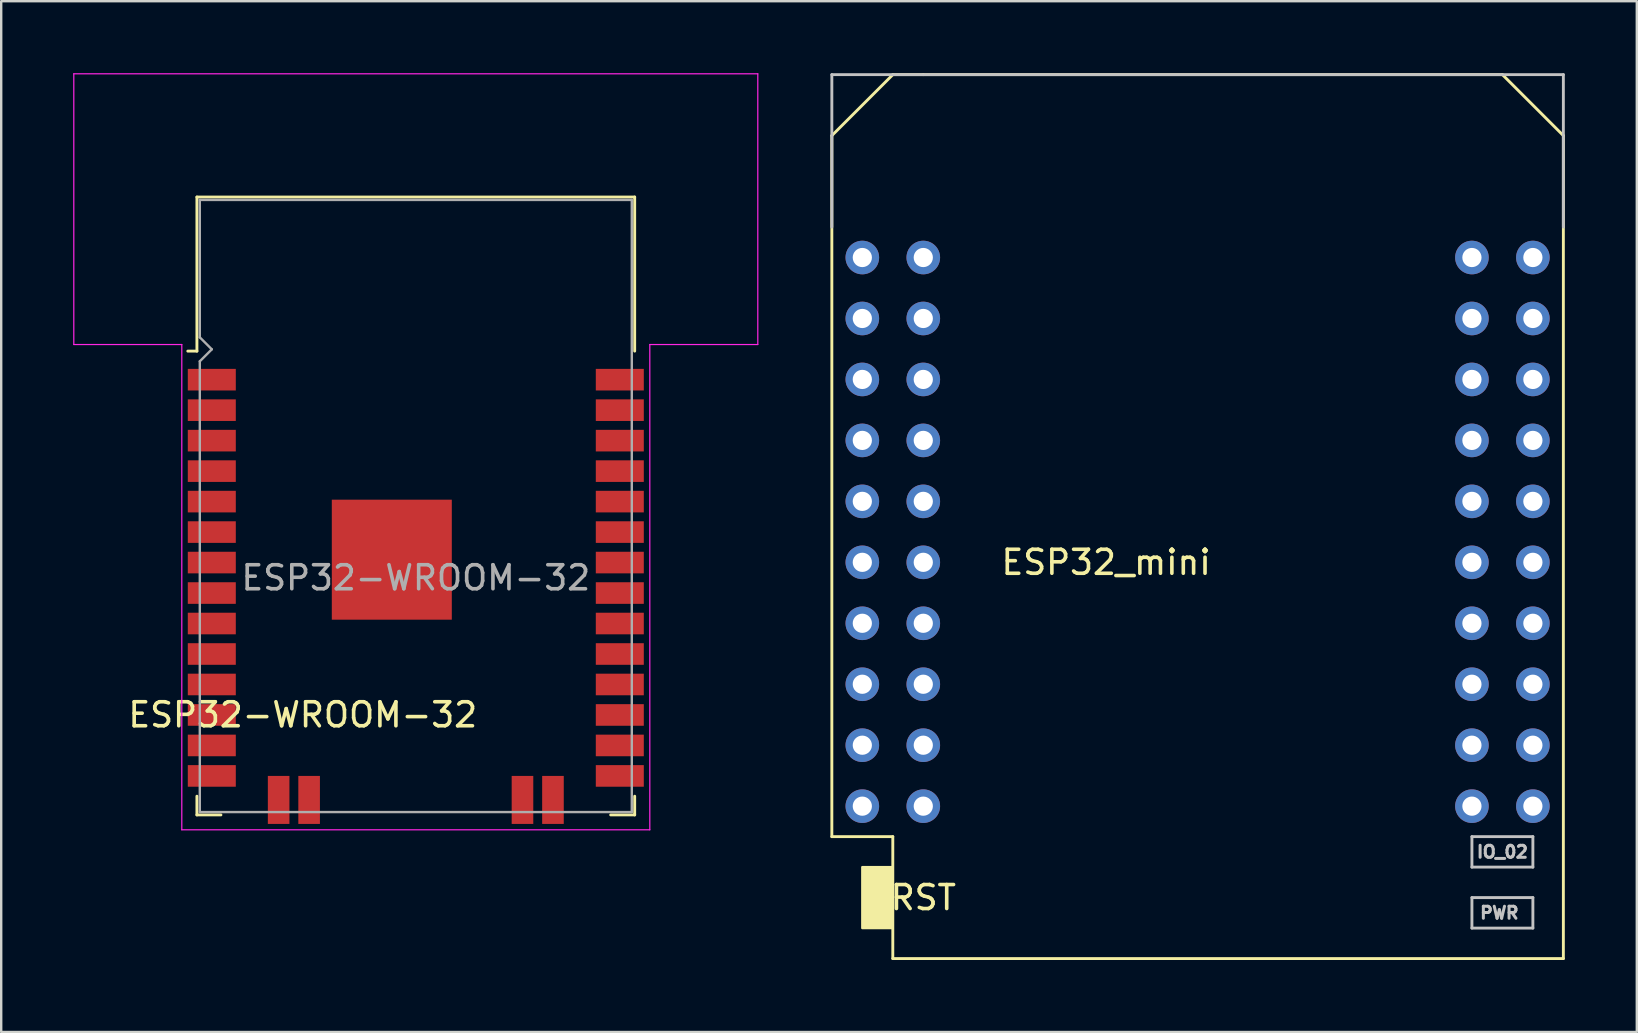
<source format=kicad_pcb>
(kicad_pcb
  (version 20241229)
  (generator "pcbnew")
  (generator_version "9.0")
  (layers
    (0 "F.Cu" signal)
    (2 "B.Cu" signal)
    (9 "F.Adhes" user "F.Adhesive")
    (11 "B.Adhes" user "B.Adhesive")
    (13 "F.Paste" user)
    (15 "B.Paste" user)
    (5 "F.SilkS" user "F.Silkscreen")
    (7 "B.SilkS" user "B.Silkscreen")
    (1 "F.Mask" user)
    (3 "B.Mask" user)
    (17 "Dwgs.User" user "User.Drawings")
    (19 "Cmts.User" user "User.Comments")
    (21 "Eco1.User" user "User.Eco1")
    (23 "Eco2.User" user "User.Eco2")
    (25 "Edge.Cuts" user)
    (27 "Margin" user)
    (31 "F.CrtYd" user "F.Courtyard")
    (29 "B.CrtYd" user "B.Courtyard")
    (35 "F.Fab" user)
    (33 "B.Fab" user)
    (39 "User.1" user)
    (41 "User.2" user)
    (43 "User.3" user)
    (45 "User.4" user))
  (footprint "ESP32-WROOM-32"
    (layer "F.Cu")
    (at 14.275 21.025)
    (property "Reference" "ESP32-WROOM-32" (at -4.71 5.71 180) (layer "F.SilkS") (effects (font (size 1 1) (thickness 0.15))))
    (attr smd)
    (fp_line (start -9.12 -15.865) (end -9.12 -9.445) (stroke (width 0.12) (type solid)) (layer "F.SilkS"))
    (fp_line (start -9.12 -15.865) (end 9.12 -15.865) (stroke (width 0.12) (type solid)) (layer "F.SilkS"))
    (fp_line (start -9.12 -9.445) (end -9.5 -9.445) (stroke (width 0.12) (type solid)) (layer "F.SilkS"))
    (fp_line (start -9.12 9.1) (end -9.12 9.88) (stroke (width 0.12) (type solid)) (layer "F.SilkS"))
    (fp_line (start -9.12 9.88) (end -8.12 9.88) (stroke (width 0.12) (type solid)) (layer "F.SilkS"))
    (fp_line (start 9.12 -15.865) (end 9.12 -9.445) (stroke (width 0.12) (type solid)) (layer "F.SilkS"))
    (fp_line (start 9.12 9.1) (end 9.12 9.88) (stroke (width 0.12) (type solid)) (layer "F.SilkS"))
    (fp_line (start 9.12 9.88) (end 8.12 9.88) (stroke (width 0.12) (type solid)) (layer "F.SilkS"))
    (fp_line (start -14.25 -21) (end -14.25 -9.72) (stroke (width 0.05) (type solid)) (layer "F.CrtYd"))
    (fp_line (start -14.25 -21) (end 14.25 -21) (stroke (width 0.05) (type solid)) (layer "F.CrtYd"))
    (fp_line (start -14.25 -9.72) (end -9.75 -9.72) (stroke (width 0.05) (type solid)) (layer "F.CrtYd"))
    (fp_line (start -9.75 10.5) (end -9.75 -9.72) (stroke (width 0.05) (type solid)) (layer "F.CrtYd"))
    (fp_line (start -9.75 10.5) (end 9.75 10.5) (stroke (width 0.05) (type solid)) (layer "F.CrtYd"))
    (fp_line (start 9.75 -9.72) (end 9.75 10.5) (stroke (width 0.05) (type solid)) (layer "F.CrtYd"))
    (fp_line (start 9.75 -9.72) (end 14.25 -9.72) (stroke (width 0.05) (type solid)) (layer "F.CrtYd"))
    (fp_line (start 14.25 -21) (end 14.25 -9.72) (stroke (width 0.05) (type solid)) (layer "F.CrtYd"))
    (fp_line (start -9 -15.745) (end -9 -10.02) (stroke (width 0.1) (type solid)) (layer "F.Fab"))
    (fp_line (start -9 -15.745) (end 9 -15.745) (stroke (width 0.1) (type solid)) (layer "F.Fab"))
    (fp_line (start -9 -9.02) (end -9 9.76) (stroke (width 0.1) (type solid)) (layer "F.Fab"))
    (fp_line (start -9 -9.02) (end -8.5 -9.52) (stroke (width 0.1) (type solid)) (layer "F.Fab"))
    (fp_line (start -9 9.76) (end 9 9.76) (stroke (width 0.1) (type solid)) (layer "F.Fab"))
    (fp_line (start -8.5 -9.52) (end -9 -10.02) (stroke (width 0.1) (type solid)) (layer "F.Fab"))
    (fp_line (start 9 9.76) (end 9 -15.745) (stroke (width 0.1) (type solid)) (layer "F.Fab"))
    (fp_text user "${REFERENCE}" (at 0 0 0) (layer "F.Fab") (effects (font (size 1 1) (thickness 0.15))))
    (pad "1" smd rect (at -8.5 -8.255) (size 2 0.9) (layers "F.Cu" "F.Mask" "F.Paste"))
    (pad "2" smd rect (at -8.5 -6.985) (size 2 0.9) (layers "F.Cu" "F.Mask" "F.Paste"))
    (pad "3" smd rect (at -8.5 -5.715) (size 2 0.9) (layers "F.Cu" "F.Mask" "F.Paste"))
    (pad "4" smd rect (at -8.5 -4.445) (size 2 0.9) (layers "F.Cu" "F.Mask" "F.Paste"))
    (pad "5" smd rect (at -8.5 -3.175) (size 2 0.9) (layers "F.Cu" "F.Mask" "F.Paste"))
    (pad "6" smd rect (at -8.5 -1.905) (size 2 0.9) (layers "F.Cu" "F.Mask" "F.Paste"))
    (pad "7" smd rect (at -8.5 -0.635) (size 2 0.9) (layers "F.Cu" "F.Mask" "F.Paste"))
    (pad "8" smd rect (at -8.5 0.635) (size 2 0.9) (layers "F.Cu" "F.Mask" "F.Paste"))
    (pad "9" smd rect (at -8.5 1.905) (size 2 0.9) (layers "F.Cu" "F.Mask" "F.Paste"))
    (pad "10" smd rect (at -8.5 3.175) (size 2 0.9) (layers "F.Cu" "F.Mask" "F.Paste"))
    (pad "11" smd rect (at -8.5 4.445) (size 2 0.9) (layers "F.Cu" "F.Mask" "F.Paste"))
    (pad "12" smd rect (at -8.5 5.715) (size 2 0.9) (layers "F.Cu" "F.Mask" "F.Paste"))
    (pad "13" smd rect (at -8.5 6.985) (size 2 0.9) (layers "F.Cu" "F.Mask" "F.Paste"))
    (pad "14" smd rect (at -8.5 8.255) (size 2 0.9) (layers "F.Cu" "F.Mask" "F.Paste"))
    (pad "15" smd rect (at -5.715 9.255 90) (size 2 0.9) (layers "F.Cu" "F.Mask" "F.Paste"))
    (pad "16" smd rect (at -4.445 9.255 90) (size 2 0.9) (layers "F.Cu" "F.Mask" "F.Paste"))
    (pad "23" smd rect (at 4.445 9.255 90) (size 2 0.9) (layers "F.Cu" "F.Mask" "F.Paste"))
    (pad "24" smd rect (at 5.715 9.255 90) (size 2 0.9) (layers "F.Cu" "F.Mask" "F.Paste"))
    (pad "25" smd rect (at 8.5 8.255) (size 2 0.9) (layers "F.Cu" "F.Mask" "F.Paste"))
    (pad "26" smd rect (at 8.5 6.985) (size 2 0.9) (layers "F.Cu" "F.Mask" "F.Paste"))
    (pad "27" smd rect (at 8.5 5.715) (size 2 0.9) (layers "F.Cu" "F.Mask" "F.Paste"))
    (pad "28" smd rect (at 8.5 4.445) (size 2 0.9) (layers "F.Cu" "F.Mask" "F.Paste"))
    (pad "29" smd rect (at 8.5 3.175) (size 2 0.9) (layers "F.Cu" "F.Mask" "F.Paste"))
    (pad "30" smd rect (at 8.5 1.905) (size 2 0.9) (layers "F.Cu" "F.Mask" "F.Paste"))
    (pad "31" smd rect (at 8.5 0.635) (size 2 0.9) (layers "F.Cu" "F.Mask" "F.Paste"))
    (pad "32" smd rect (at 8.5 -0.635) (size 2 0.9) (layers "F.Cu" "F.Mask" "F.Paste"))
    (pad "33" smd rect (at 8.5 -1.905) (size 2 0.9) (layers "F.Cu" "F.Mask" "F.Paste"))
    (pad "34" smd rect (at 8.5 -3.175) (size 2 0.9) (layers "F.Cu" "F.Mask" "F.Paste"))
    (pad "35" smd rect (at 8.5 -4.445) (size 2 0.9) (layers "F.Cu" "F.Mask" "F.Paste"))
    (pad "36" smd rect (at 8.5 -5.715) (size 2 0.9) (layers "F.Cu" "F.Mask" "F.Paste"))
    (pad "37" smd rect (at 8.5 -6.985) (size 2 0.9) (layers "F.Cu" "F.Mask" "F.Paste"))
    (pad "38" smd rect (at 8.5 -8.255) (size 2 0.9) (layers "F.Cu" "F.Mask" "F.Paste"))
    (pad "39" smd rect (at -1 -0.755) (size 5 5) (layers "F.Cu" "F.Mask" "F.Paste")))
  (footprint "ESP32_mini"
    (layer "F.Cu")
    (at 46.85 19.11)
    (property "Reference" "ESP32_mini" (at -3.81 1.27 0) (layer "F.SilkS") (effects (font (size 1 1) (thickness 0.15))))
    (attr through_hole)
    (fp_line (start -15.24 -16.51) (end -15.24 12.7) (stroke (width 0.12) (type solid)) (layer "F.SilkS"))
    (fp_line (start -15.24 12.7) (end -12.7 12.7) (stroke (width 0.12) (type solid)) (layer "F.SilkS"))
    (fp_line (start -12.7 -19.05) (end -15.24 -16.51) (stroke (width 0.12) (type solid)) (layer "F.SilkS"))
    (fp_line (start -12.7 -19.05) (end -11.43 -19.05) (stroke (width 0.12) (type solid)) (layer "F.SilkS"))
    (fp_line (start -12.7 12.7) (end -12.7 17.78) (stroke (width 0.12) (type solid)) (layer "F.SilkS"))
    (fp_line (start -12.7 17.78) (end 15.24 17.78) (stroke (width 0.12) (type solid)) (layer "F.SilkS"))
    (fp_line (start 12.7 -19.05) (end -11.43 -19.05) (stroke (width 0.12) (type solid)) (layer "F.SilkS"))
    (fp_line (start 12.7 -19.05) (end 15.24 -16.51) (stroke (width 0.12) (type solid)) (layer "F.SilkS"))
    (fp_line (start 15.24 -16.51) (end 15.24 17.78) (stroke (width 0.12) (type solid)) (layer "F.SilkS"))
    (fp_poly (pts (xy -13.97 16.51) (xy -13.97 13.97) (xy -12.7 13.97) (xy -12.7 16.51)) (stroke (width 0.1) (type solid)) (fill yes) (layer "F.SilkS"))
    (fp_line (start -15.24 -19.05) (end -15.24 -12.7) (stroke (width 0.12) (type solid)) (layer "Dwgs.User"))
    (fp_line (start 11.43 12.7) (end 11.43 13.97) (stroke (width 0.12) (type solid)) (layer "Dwgs.User"))
    (fp_line (start 11.43 13.97) (end 13.97 13.97) (stroke (width 0.12) (type solid)) (layer "Dwgs.User"))
    (fp_line (start 11.43 15.24) (end 13.97 15.24) (stroke (width 0.12) (type solid)) (layer "Dwgs.User"))
    (fp_line (start 11.43 16.51) (end 11.43 15.24) (stroke (width 0.12) (type solid)) (layer "Dwgs.User"))
    (fp_line (start 13.97 12.7) (end 11.43 12.7) (stroke (width 0.12) (type solid)) (layer "Dwgs.User"))
    (fp_line (start 13.97 13.97) (end 13.97 12.7) (stroke (width 0.12) (type solid)) (layer "Dwgs.User"))
    (fp_line (start 13.97 15.24) (end 13.97 16.51) (stroke (width 0.12) (type solid)) (layer "Dwgs.User"))
    (fp_line (start 13.97 16.51) (end 11.43 16.51) (stroke (width 0.12) (type solid)) (layer "Dwgs.User"))
    (fp_line (start 15.24 -19.05) (end -15.24 -19.05) (stroke (width 0.12) (type solid)) (layer "Dwgs.User"))
    (fp_line (start 15.24 -12.7) (end 15.24 -19.05) (stroke (width 0.12) (type solid)) (layer "Dwgs.User"))
    (fp_text user "RST" (at -11.43 15.24 0) (layer "F.SilkS") (effects (font (size 1 1) (thickness 0.15))))
    (fp_text user "IO_02" (at 12.7 13.335 0) (layer "Dwgs.User") (effects (font (size 0.5 0.5) (thickness 0.125))))
    (fp_text user "PWR" (at 12.573 15.875 0) (layer "Dwgs.User") (effects (font (size 0.5 0.5) (thickness 0.125))))
    (pad "1" thru_hole circle (at -13.97 -11.43 270) (size 1.4 1.4) (drill 0.8) (layers "*.Cu" "*.Mask"))
    (pad "2" thru_hole circle (at -11.43 -11.43 270) (size 1.4 1.4) (drill 0.8) (layers "*.Cu" "*.Mask"))
    (pad "3" thru_hole circle (at -13.97 -8.89 270) (size 1.4 1.4) (drill 0.8) (layers "*.Cu" "*.Mask"))
    (pad "4" thru_hole circle (at -11.43 -8.89 270) (size 1.4 1.4) (drill 0.8) (layers "*.Cu" "*.Mask"))
    (pad "5" thru_hole circle (at -13.97 -6.35 270) (size 1.4 1.4) (drill 0.8) (layers "*.Cu" "*.Mask"))
    (pad "6" thru_hole circle (at -11.43 -6.35 270) (size 1.4 1.4) (drill 0.8) (layers "*.Cu" "*.Mask"))
    (pad "7" thru_hole circle (at -13.97 -3.81 270) (size 1.4 1.4) (drill 0.8) (layers "*.Cu" "*.Mask"))
    (pad "8" thru_hole circle (at -11.43 -3.81 270) (size 1.4 1.4) (drill 0.8) (layers "*.Cu" "*.Mask"))
    (pad "9" thru_hole circle (at -13.97 -1.27 270) (size 1.4 1.4) (drill 0.8) (layers "*.Cu" "*.Mask"))
    (pad "10" thru_hole circle (at -11.43 -1.27 270) (size 1.4 1.4) (drill 0.8) (layers "*.Cu" "*.Mask"))
    (pad "11" thru_hole circle (at -13.97 1.27 270) (size 1.4 1.4) (drill 0.8) (layers "*.Cu" "*.Mask"))
    (pad "12" thru_hole circle (at -11.43 1.27 270) (size 1.4 1.4) (drill 0.8) (layers "*.Cu" "*.Mask"))
    (pad "13" thru_hole circle (at -13.97 3.81 270) (size 1.4 1.4) (drill 0.8) (layers "*.Cu" "*.Mask"))
    (pad "14" thru_hole circle (at -11.43 3.81 270) (size 1.4 1.4) (drill 0.8) (layers "*.Cu" "*.Mask"))
    (pad "15" thru_hole circle (at -13.97 6.35 270) (size 1.4 1.4) (drill 0.8) (layers "*.Cu" "*.Mask"))
    (pad "16" thru_hole circle (at -11.43 6.35 270) (size 1.4 1.4) (drill 0.8) (layers "*.Cu" "*.Mask"))
    (pad "17" thru_hole circle (at -13.97 8.89 270) (size 1.4 1.4) (drill 0.8) (layers "*.Cu" "*.Mask"))
    (pad "18" thru_hole circle (at -11.43 8.89 270) (size 1.4 1.4) (drill 0.8) (layers "*.Cu" "*.Mask"))
    (pad "19" thru_hole circle (at -13.97 11.43 270) (size 1.4 1.4) (drill 0.8) (layers "*.Cu" "*.Mask"))
    (pad "20" thru_hole circle (at -11.43 11.43 270) (size 1.4 1.4) (drill 0.8) (layers "*.Cu" "*.Mask"))
    (pad "21" thru_hole circle (at 11.43 -11.43 270) (size 1.4 1.4) (drill 0.8) (layers "*.Cu" "*.Mask"))
    (pad "22" thru_hole circle (at 13.97 -11.43 270) (size 1.4 1.4) (drill 0.8) (layers "*.Cu" "*.Mask"))
    (pad "23" thru_hole circle (at 11.43 -8.89 270) (size 1.4 1.4) (drill 0.8) (layers "*.Cu" "*.Mask"))
    (pad "24" thru_hole circle (at 13.97 -8.89 270) (size 1.4 1.4) (drill 0.8) (layers "*.Cu" "*.Mask"))
    (pad "25" thru_hole circle (at 11.43 -6.35 270) (size 1.4 1.4) (drill 0.8) (layers "*.Cu" "*.Mask"))
    (pad "26" thru_hole circle (at 13.97 -6.35 270) (size 1.4 1.4) (drill 0.8) (layers "*.Cu" "*.Mask"))
    (pad "27" thru_hole circle (at 11.43 -3.81 270) (size 1.4 1.4) (drill 0.8) (layers "*.Cu" "*.Mask"))
    (pad "28" thru_hole circle (at 13.97 -3.81 270) (size 1.4 1.4) (drill 0.8) (layers "*.Cu" "*.Mask"))
    (pad "29" thru_hole circle (at 11.43 -1.27 270) (size 1.4 1.4) (drill 0.8) (layers "*.Cu" "*.Mask"))
    (pad "30" thru_hole circle (at 13.97 -1.27 270) (size 1.4 1.4) (drill 0.8) (layers "*.Cu" "*.Mask"))
    (pad "31" thru_hole circle (at 11.43 1.27 270) (size 1.4 1.4) (drill 0.8) (layers "*.Cu" "*.Mask"))
    (pad "32" thru_hole circle (at 13.97 1.27 270) (size 1.4 1.4) (drill 0.8) (layers "*.Cu" "*.Mask"))
    (pad "33" thru_hole circle (at 11.43 3.81 270) (size 1.4 1.4) (drill 0.8) (layers "*.Cu" "*.Mask"))
    (pad "34" thru_hole circle (at 13.97 3.81 270) (size 1.4 1.4) (drill 0.8) (layers "*.Cu" "*.Mask"))
    (pad "35" thru_hole circle (at 11.43 6.35 270) (size 1.4 1.4) (drill 0.8) (layers "*.Cu" "*.Mask"))
    (pad "36" thru_hole circle (at 13.97 6.35 270) (size 1.4 1.4) (drill 0.8) (layers "*.Cu" "*.Mask"))
    (pad "37" thru_hole circle (at 11.43 8.89 270) (size 1.4 1.4) (drill 0.8) (layers "*.Cu" "*.Mask"))
    (pad "38" thru_hole circle (at 13.97 8.89 270) (size 1.4 1.4) (drill 0.8) (layers "*.Cu" "*.Mask"))
    (pad "39" thru_hole circle (at 11.43 11.43 270) (size 1.4 1.4) (drill 0.8) (layers "*.Cu" "*.Mask"))
    (pad "40" thru_hole circle (at 13.97 11.43 270) (size 1.4 1.4) (drill 0.8) (layers "*.Cu" "*.Mask")))
  (gr_rect
    (start -3 -3)
    (end 65.15 39.95)
    (stroke (width 0.1) (type default))
    (fill no)
    (layer "Edge.Cuts")))
</source>
